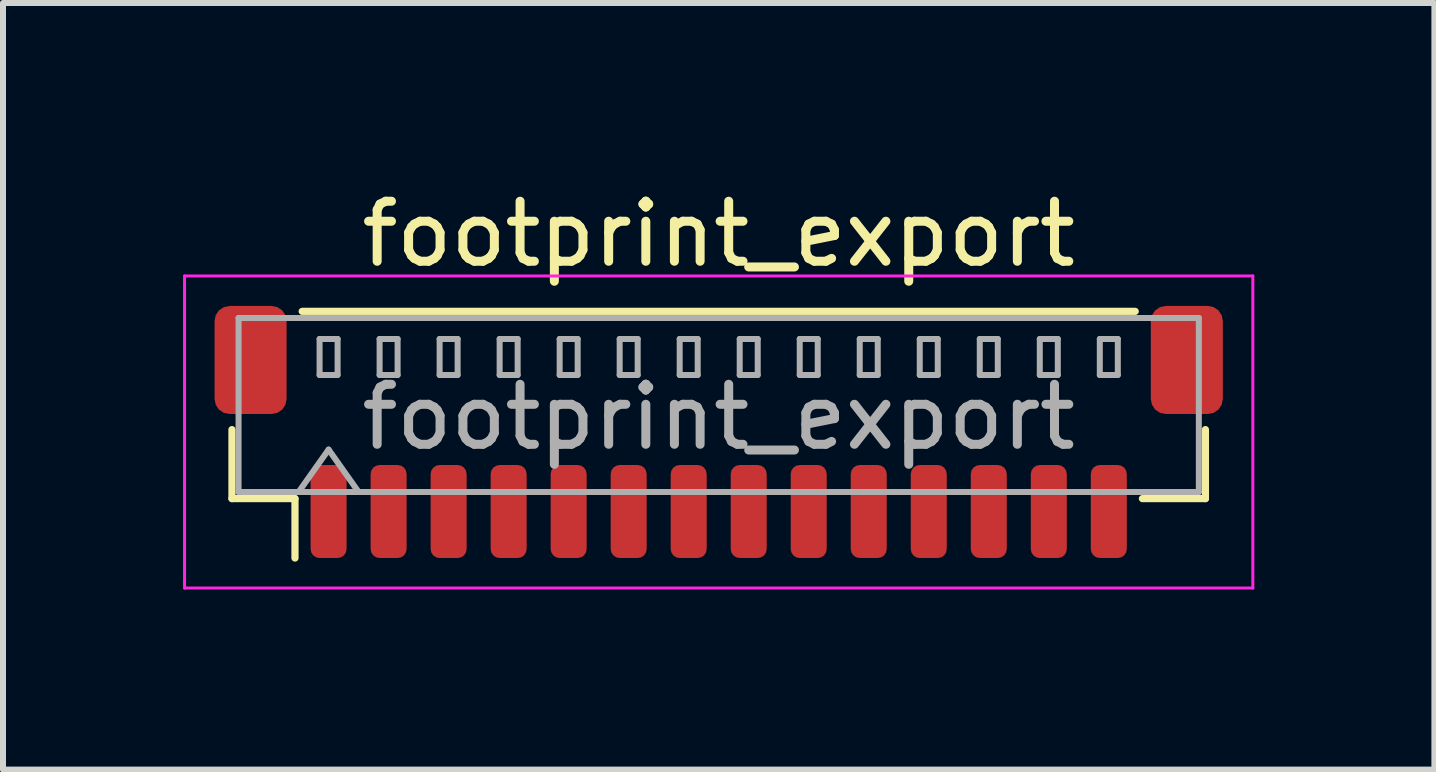
<source format=kicad_pcb>
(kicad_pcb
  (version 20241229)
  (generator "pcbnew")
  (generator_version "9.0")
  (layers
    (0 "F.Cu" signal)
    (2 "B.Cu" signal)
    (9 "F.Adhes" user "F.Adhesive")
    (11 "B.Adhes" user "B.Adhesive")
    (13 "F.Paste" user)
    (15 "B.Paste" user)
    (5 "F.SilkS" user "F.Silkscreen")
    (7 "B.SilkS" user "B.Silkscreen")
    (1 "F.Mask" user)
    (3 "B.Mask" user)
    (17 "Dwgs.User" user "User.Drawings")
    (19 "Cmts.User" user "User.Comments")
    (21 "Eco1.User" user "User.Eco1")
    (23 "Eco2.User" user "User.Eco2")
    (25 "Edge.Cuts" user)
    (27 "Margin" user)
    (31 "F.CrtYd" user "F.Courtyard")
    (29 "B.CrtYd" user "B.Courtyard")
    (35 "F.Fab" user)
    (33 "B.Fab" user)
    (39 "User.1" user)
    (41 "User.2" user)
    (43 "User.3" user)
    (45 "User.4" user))
  (footprint "footprint_export"
    (layer "F.Cu")
    (at 8.925 4.148)
    (property "Reference" "footprint_export" (at 0 -3.3 0) (layer "F.SilkS") (effects (font (size 1 1) (thickness 0.15))))
    (attr smd)
    (fp_line (start -8.11 -0.04) (end -8.11 1.11) (stroke (width 0.12) (type solid)) (layer "F.SilkS"))
    (fp_line (start -8.11 1.11) (end -7.06 1.11) (stroke (width 0.12) (type solid)) (layer "F.SilkS"))
    (fp_line (start -7.06 1.11) (end -7.06 2.1) (stroke (width 0.12) (type solid)) (layer "F.SilkS"))
    (fp_line (start -6.94 -2.01) (end 6.94 -2.01) (stroke (width 0.12) (type solid)) (layer "F.SilkS"))
    (fp_line (start 8.11 -0.04) (end 8.11 1.11) (stroke (width 0.12) (type solid)) (layer "F.SilkS"))
    (fp_line (start 8.11 1.11) (end 7.06 1.11) (stroke (width 0.12) (type solid)) (layer "F.SilkS"))
    (fp_line (start -8.9 -2.6) (end -8.9 2.6) (stroke (width 0.05) (type solid)) (layer "F.CrtYd"))
    (fp_line (start -8.9 2.6) (end 8.9 2.6) (stroke (width 0.05) (type solid)) (layer "F.CrtYd"))
    (fp_line (start 8.9 -2.6) (end -8.9 -2.6) (stroke (width 0.05) (type solid)) (layer "F.CrtYd"))
    (fp_line (start 8.9 2.6) (end 8.9 -2.6) (stroke (width 0.05) (type solid)) (layer "F.CrtYd"))
    (fp_line (start -8 -1.9) (end 8 -1.9) (stroke (width 0.1) (type solid)) (layer "F.Fab"))
    (fp_line (start -8 1) (end -8 -1.9) (stroke (width 0.1) (type solid)) (layer "F.Fab"))
    (fp_line (start -8 1) (end 8 1) (stroke (width 0.1) (type solid)) (layer "F.Fab"))
    (fp_line (start -7 1) (end -6.5 0.293) (stroke (width 0.1) (type solid)) (layer "F.Fab"))
    (fp_line (start -6.65 -1.55) (end -6.65 -0.95) (stroke (width 0.1) (type solid)) (layer "F.Fab"))
    (fp_line (start -6.65 -0.95) (end -6.35 -0.95) (stroke (width 0.1) (type solid)) (layer "F.Fab"))
    (fp_line (start -6.5 0.293) (end -6 1) (stroke (width 0.1) (type solid)) (layer "F.Fab"))
    (fp_line (start -6.35 -1.55) (end -6.65 -1.55) (stroke (width 0.1) (type solid)) (layer "F.Fab"))
    (fp_line (start -6.35 -0.95) (end -6.35 -1.55) (stroke (width 0.1) (type solid)) (layer "F.Fab"))
    (fp_line (start -5.65 -1.55) (end -5.65 -0.95) (stroke (width 0.1) (type solid)) (layer "F.Fab"))
    (fp_line (start -5.65 -0.95) (end -5.35 -0.95) (stroke (width 0.1) (type solid)) (layer "F.Fab"))
    (fp_line (start -5.35 -1.55) (end -5.65 -1.55) (stroke (width 0.1) (type solid)) (layer "F.Fab"))
    (fp_line (start -5.35 -0.95) (end -5.35 -1.55) (stroke (width 0.1) (type solid)) (layer "F.Fab"))
    (fp_line (start -4.65 -1.55) (end -4.65 -0.95) (stroke (width 0.1) (type solid)) (layer "F.Fab"))
    (fp_line (start -4.65 -0.95) (end -4.35 -0.95) (stroke (width 0.1) (type solid)) (layer "F.Fab"))
    (fp_line (start -4.35 -1.55) (end -4.65 -1.55) (stroke (width 0.1) (type solid)) (layer "F.Fab"))
    (fp_line (start -4.35 -0.95) (end -4.35 -1.55) (stroke (width 0.1) (type solid)) (layer "F.Fab"))
    (fp_line (start -3.65 -1.55) (end -3.65 -0.95) (stroke (width 0.1) (type solid)) (layer "F.Fab"))
    (fp_line (start -3.65 -0.95) (end -3.35 -0.95) (stroke (width 0.1) (type solid)) (layer "F.Fab"))
    (fp_line (start -3.35 -1.55) (end -3.65 -1.55) (stroke (width 0.1) (type solid)) (layer "F.Fab"))
    (fp_line (start -3.35 -0.95) (end -3.35 -1.55) (stroke (width 0.1) (type solid)) (layer "F.Fab"))
    (fp_line (start -2.65 -1.55) (end -2.65 -0.95) (stroke (width 0.1) (type solid)) (layer "F.Fab"))
    (fp_line (start -2.65 -0.95) (end -2.35 -0.95) (stroke (width 0.1) (type solid)) (layer "F.Fab"))
    (fp_line (start -2.35 -1.55) (end -2.65 -1.55) (stroke (width 0.1) (type solid)) (layer "F.Fab"))
    (fp_line (start -2.35 -0.95) (end -2.35 -1.55) (stroke (width 0.1) (type solid)) (layer "F.Fab"))
    (fp_line (start -1.65 -1.55) (end -1.65 -0.95) (stroke (width 0.1) (type solid)) (layer "F.Fab"))
    (fp_line (start -1.65 -0.95) (end -1.35 -0.95) (stroke (width 0.1) (type solid)) (layer "F.Fab"))
    (fp_line (start -1.35 -1.55) (end -1.65 -1.55) (stroke (width 0.1) (type solid)) (layer "F.Fab"))
    (fp_line (start -1.35 -0.95) (end -1.35 -1.55) (stroke (width 0.1) (type solid)) (layer "F.Fab"))
    (fp_line (start -0.65 -1.55) (end -0.65 -0.95) (stroke (width 0.1) (type solid)) (layer "F.Fab"))
    (fp_line (start -0.65 -0.95) (end -0.35 -0.95) (stroke (width 0.1) (type solid)) (layer "F.Fab"))
    (fp_line (start -0.35 -1.55) (end -0.65 -1.55) (stroke (width 0.1) (type solid)) (layer "F.Fab"))
    (fp_line (start -0.35 -0.95) (end -0.35 -1.55) (stroke (width 0.1) (type solid)) (layer "F.Fab"))
    (fp_line (start 0.35 -1.55) (end 0.35 -0.95) (stroke (width 0.1) (type solid)) (layer "F.Fab"))
    (fp_line (start 0.35 -0.95) (end 0.65 -0.95) (stroke (width 0.1) (type solid)) (layer "F.Fab"))
    (fp_line (start 0.65 -1.55) (end 0.35 -1.55) (stroke (width 0.1) (type solid)) (layer "F.Fab"))
    (fp_line (start 0.65 -0.95) (end 0.65 -1.55) (stroke (width 0.1) (type solid)) (layer "F.Fab"))
    (fp_line (start 1.35 -1.55) (end 1.35 -0.95) (stroke (width 0.1) (type solid)) (layer "F.Fab"))
    (fp_line (start 1.35 -0.95) (end 1.65 -0.95) (stroke (width 0.1) (type solid)) (layer "F.Fab"))
    (fp_line (start 1.65 -1.55) (end 1.35 -1.55) (stroke (width 0.1) (type solid)) (layer "F.Fab"))
    (fp_line (start 1.65 -0.95) (end 1.65 -1.55) (stroke (width 0.1) (type solid)) (layer "F.Fab"))
    (fp_line (start 2.35 -1.55) (end 2.35 -0.95) (stroke (width 0.1) (type solid)) (layer "F.Fab"))
    (fp_line (start 2.35 -0.95) (end 2.65 -0.95) (stroke (width 0.1) (type solid)) (layer "F.Fab"))
    (fp_line (start 2.65 -1.55) (end 2.35 -1.55) (stroke (width 0.1) (type solid)) (layer "F.Fab"))
    (fp_line (start 2.65 -0.95) (end 2.65 -1.55) (stroke (width 0.1) (type solid)) (layer "F.Fab"))
    (fp_line (start 3.35 -1.55) (end 3.35 -0.95) (stroke (width 0.1) (type solid)) (layer "F.Fab"))
    (fp_line (start 3.35 -0.95) (end 3.65 -0.95) (stroke (width 0.1) (type solid)) (layer "F.Fab"))
    (fp_line (start 3.65 -1.55) (end 3.35 -1.55) (stroke (width 0.1) (type solid)) (layer "F.Fab"))
    (fp_line (start 3.65 -0.95) (end 3.65 -1.55) (stroke (width 0.1) (type solid)) (layer "F.Fab"))
    (fp_line (start 4.35 -1.55) (end 4.35 -0.95) (stroke (width 0.1) (type solid)) (layer "F.Fab"))
    (fp_line (start 4.35 -0.95) (end 4.65 -0.95) (stroke (width 0.1) (type solid)) (layer "F.Fab"))
    (fp_line (start 4.65 -1.55) (end 4.35 -1.55) (stroke (width 0.1) (type solid)) (layer "F.Fab"))
    (fp_line (start 4.65 -0.95) (end 4.65 -1.55) (stroke (width 0.1) (type solid)) (layer "F.Fab"))
    (fp_line (start 5.35 -1.55) (end 5.35 -0.95) (stroke (width 0.1) (type solid)) (layer "F.Fab"))
    (fp_line (start 5.35 -0.95) (end 5.65 -0.95) (stroke (width 0.1) (type solid)) (layer "F.Fab"))
    (fp_line (start 5.65 -1.55) (end 5.35 -1.55) (stroke (width 0.1) (type solid)) (layer "F.Fab"))
    (fp_line (start 5.65 -0.95) (end 5.65 -1.55) (stroke (width 0.1) (type solid)) (layer "F.Fab"))
    (fp_line (start 6.35 -1.55) (end 6.35 -0.95) (stroke (width 0.1) (type solid)) (layer "F.Fab"))
    (fp_line (start 6.35 -0.95) (end 6.65 -0.95) (stroke (width 0.1) (type solid)) (layer "F.Fab"))
    (fp_line (start 6.65 -1.55) (end 6.35 -1.55) (stroke (width 0.1) (type solid)) (layer "F.Fab"))
    (fp_line (start 6.65 -0.95) (end 6.65 -1.55) (stroke (width 0.1) (type solid)) (layer "F.Fab"))
    (fp_line (start 8 1) (end 8 -1.9) (stroke (width 0.1) (type solid)) (layer "F.Fab"))
    (fp_text user "${REFERENCE}" (at 0 -0.25 0) (layer "F.Fab") (effects (font (size 1 1) (thickness 0.15))))
    (pad "1" smd roundrect (at -6.5 1.325) (size 0.6 1.55) (layers "F.Cu" "F.Mask" "F.Paste") (roundrect_rratio 0.25))
    (pad "2" smd roundrect (at -5.5 1.325) (size 0.6 1.55) (layers "F.Cu" "F.Mask" "F.Paste") (roundrect_rratio 0.25))
    (pad "3" smd roundrect (at -4.5 1.325) (size 0.6 1.55) (layers "F.Cu" "F.Mask" "F.Paste") (roundrect_rratio 0.25))
    (pad "4" smd roundrect (at -3.5 1.325) (size 0.6 1.55) (layers "F.Cu" "F.Mask" "F.Paste") (roundrect_rratio 0.25))
    (pad "5" smd roundrect (at -2.5 1.325) (size 0.6 1.55) (layers "F.Cu" "F.Mask" "F.Paste") (roundrect_rratio 0.25))
    (pad "6" smd roundrect (at -1.5 1.325) (size 0.6 1.55) (layers "F.Cu" "F.Mask" "F.Paste") (roundrect_rratio 0.25))
    (pad "7" smd roundrect (at -0.5 1.325) (size 0.6 1.55) (layers "F.Cu" "F.Mask" "F.Paste") (roundrect_rratio 0.25))
    (pad "8" smd roundrect (at 0.5 1.325) (size 0.6 1.55) (layers "F.Cu" "F.Mask" "F.Paste") (roundrect_rratio 0.25))
    (pad "9" smd roundrect (at 1.5 1.325) (size 0.6 1.55) (layers "F.Cu" "F.Mask" "F.Paste") (roundrect_rratio 0.25))
    (pad "10" smd roundrect (at 2.5 1.325) (size 0.6 1.55) (layers "F.Cu" "F.Mask" "F.Paste") (roundrect_rratio 0.25))
    (pad "11" smd roundrect (at 3.5 1.325) (size 0.6 1.55) (layers "F.Cu" "F.Mask" "F.Paste") (roundrect_rratio 0.25))
    (pad "12" smd roundrect (at 4.5 1.325) (size 0.6 1.55) (layers "F.Cu" "F.Mask" "F.Paste") (roundrect_rratio 0.25))
    (pad "13" smd roundrect (at 5.5 1.325) (size 0.6 1.55) (layers "F.Cu" "F.Mask" "F.Paste") (roundrect_rratio 0.25))
    (pad "14" smd roundrect (at 6.5 1.325) (size 0.6 1.55) (layers "F.Cu" "F.Mask" "F.Paste") (roundrect_rratio 0.25))
    (pad "MP" smd roundrect (at -7.8 -1.2) (size 1.2 1.8) (layers "F.Cu" "F.Mask" "F.Paste") (roundrect_rratio 0.208))
    (pad "MP" smd roundrect (at 7.8 -1.2) (size 1.2 1.8) (layers "F.Cu" "F.Mask" "F.Paste") (roundrect_rratio 0.208)))
  (gr_rect
    (start -3 -3)
    (end 20.85 9.773)
    (stroke (width 0.1) (type default))
    (fill no)
    (layer "Edge.Cuts")))
</source>
